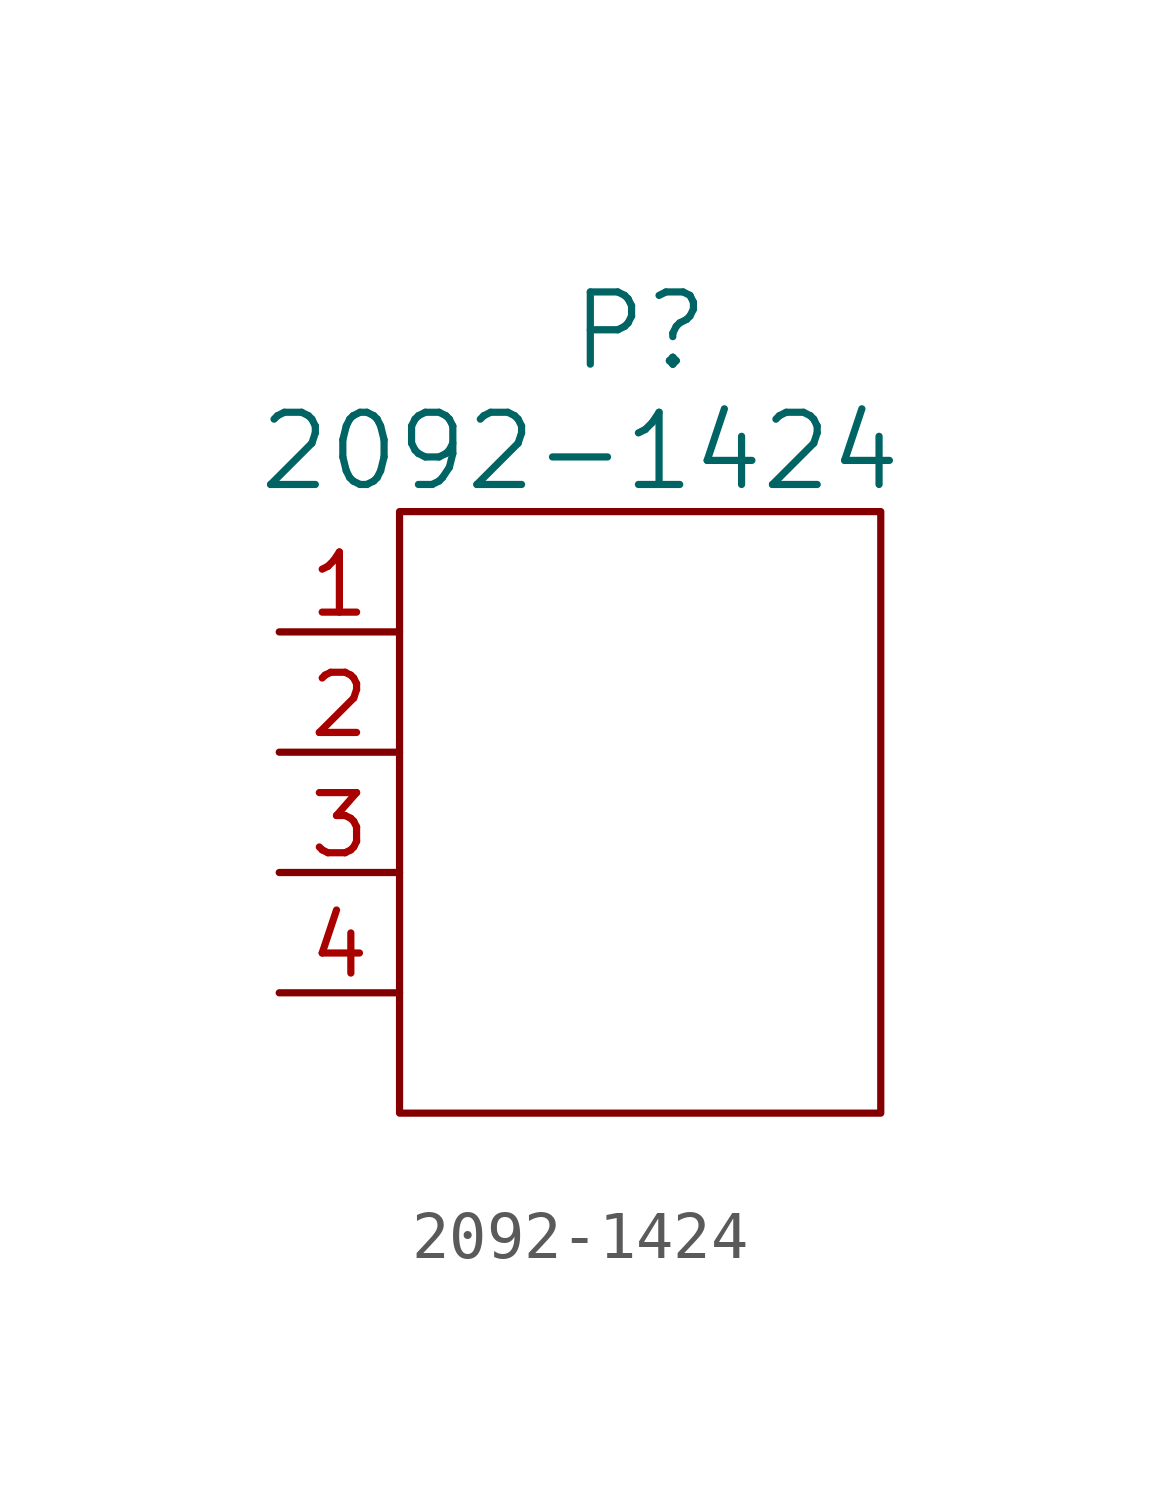
<source format=kicad_sym>
(kicad_symbol_lib
  (version 20220914)
  (generator kicad_symbol_editor)
  (symbol "2092-1424"
    (pin_names
      (offset 1.016) hide)
    (property "Reference" "P"
      (at 5.08 16.51 0)
      (effects (font (size 1.524 1.524))))
    (property "Value" "2092-1424"
      (at 3.81 13.97 0)
      (effects (font (size 1.524 1.524))))
    (symbol "2092-1424_0_1"
      (rectangle (start 0 0) (end 10.16 12.7) (stroke (width 0) (type solid)) (fill (type none))))
    (symbol "2092-1424_1_1"
      (pin passive line (at -2.54 10.16 0) (length 2.54) (name "1" (effects (font (size 1.27 1.27)))) (number "1" (effects (font (size 1.27 1.27)))))
      (pin passive line (at -2.54 7.62 0) (length 2.54) (name "2" (effects (font (size 1.27 1.27)))) (number "2" (effects (font (size 1.27 1.27)))))
      (pin passive line (at -2.54 5.08 0) (length 2.54) (name "3" (effects (font (size 1.27 1.27)))) (number "3" (effects (font (size 1.27 1.27)))))
      (pin passive line (at -2.54 2.54 0) (length 2.54) (name "4" (effects (font (size 1.27 1.27)))) (number "4" (effects (font (size 1.27 1.27))))))))
</source>
